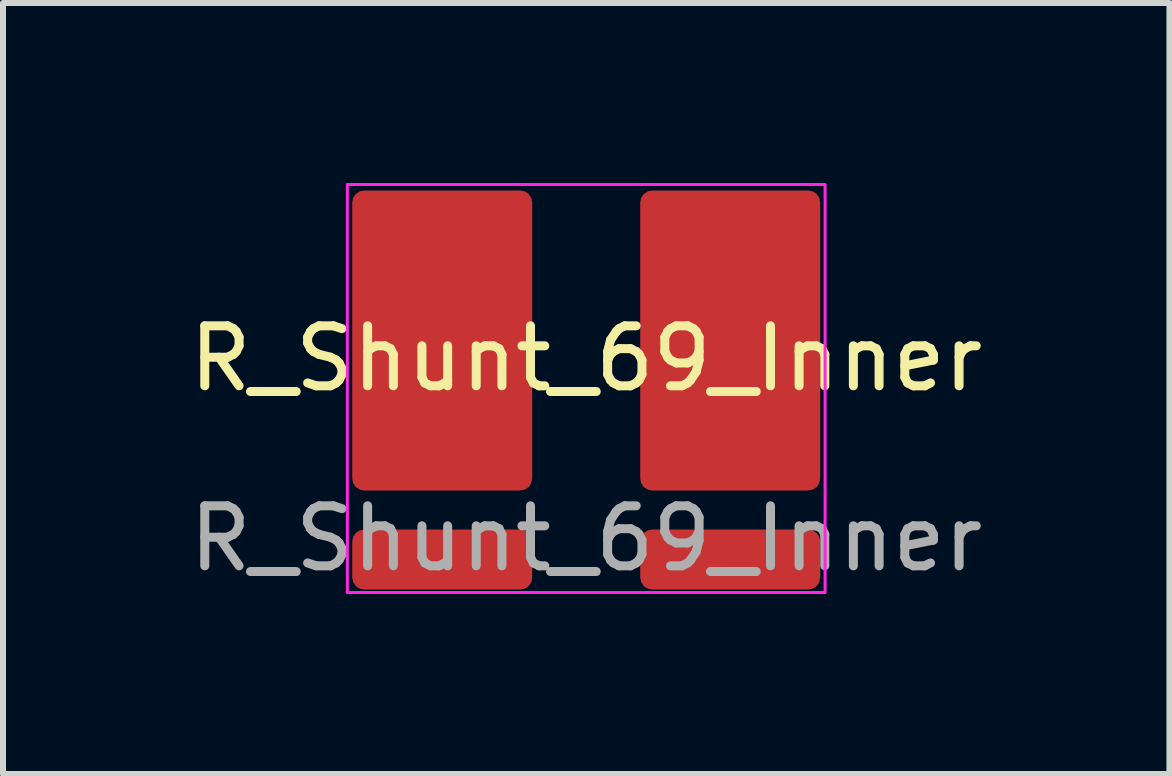
<source format=kicad_pcb>
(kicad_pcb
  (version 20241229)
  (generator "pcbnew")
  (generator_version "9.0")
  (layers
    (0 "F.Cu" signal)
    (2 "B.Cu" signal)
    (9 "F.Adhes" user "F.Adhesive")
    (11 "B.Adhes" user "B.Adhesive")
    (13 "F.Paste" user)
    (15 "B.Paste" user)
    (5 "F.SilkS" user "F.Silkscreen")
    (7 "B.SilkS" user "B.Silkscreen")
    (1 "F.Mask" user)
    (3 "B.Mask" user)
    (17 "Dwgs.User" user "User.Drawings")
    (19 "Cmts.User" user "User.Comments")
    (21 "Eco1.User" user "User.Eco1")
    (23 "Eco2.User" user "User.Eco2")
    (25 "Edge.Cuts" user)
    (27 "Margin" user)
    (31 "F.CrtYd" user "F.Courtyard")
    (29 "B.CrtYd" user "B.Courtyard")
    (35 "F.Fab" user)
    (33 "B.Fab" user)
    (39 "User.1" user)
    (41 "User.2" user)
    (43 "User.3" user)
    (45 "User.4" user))
  (footprint "R_Shunt_69_Inner"
    (layer "F.Cu")
    (at 6.72 3.425)
    (property "Reference" "R_Shunt_69_Inner" (at 0 -0.5 0) (unlocked yes) (layer "F.SilkS") (effects (font (size 1 1) (thickness 0.15))))
    (attr smd)
    (fp_rect (start -3.981 -3.4) (end 3.981 3.4) (stroke (width 0.05) (type solid)) (fill no) (layer "F.CrtYd"))
    (fp_text user "${REFERENCE}" (at 0 2.5 0) (unlocked yes) (layer "F.Fab") (effects (font (size 1 1) (thickness 0.15))))
    (pad "1" smd roundrect (at -2.4 -0.8) (size 3 5) (layers "F.Cu" "F.Mask" "F.Paste") (roundrect_rratio 0.067))
    (pad "2" smd roundrect (at -2.4 2.85) (size 3 1) (layers "F.Cu" "F.Mask" "F.Paste") (roundrect_rratio 0.2))
    (pad "3" smd roundrect (at 2.4 2.85) (size 3 1) (layers "F.Cu" "F.Mask" "F.Paste") (roundrect_rratio 0.2))
    (pad "4" smd roundrect (at 2.4 -0.8) (size 3 5) (layers "F.Cu" "F.Mask" "F.Paste") (roundrect_rratio 0.067)))
  (gr_rect
    (start -3 -3)
    (end 16.44 9.85)
    (stroke (width 0.1) (type default))
    (fill no)
    (layer "Edge.Cuts")))
</source>
